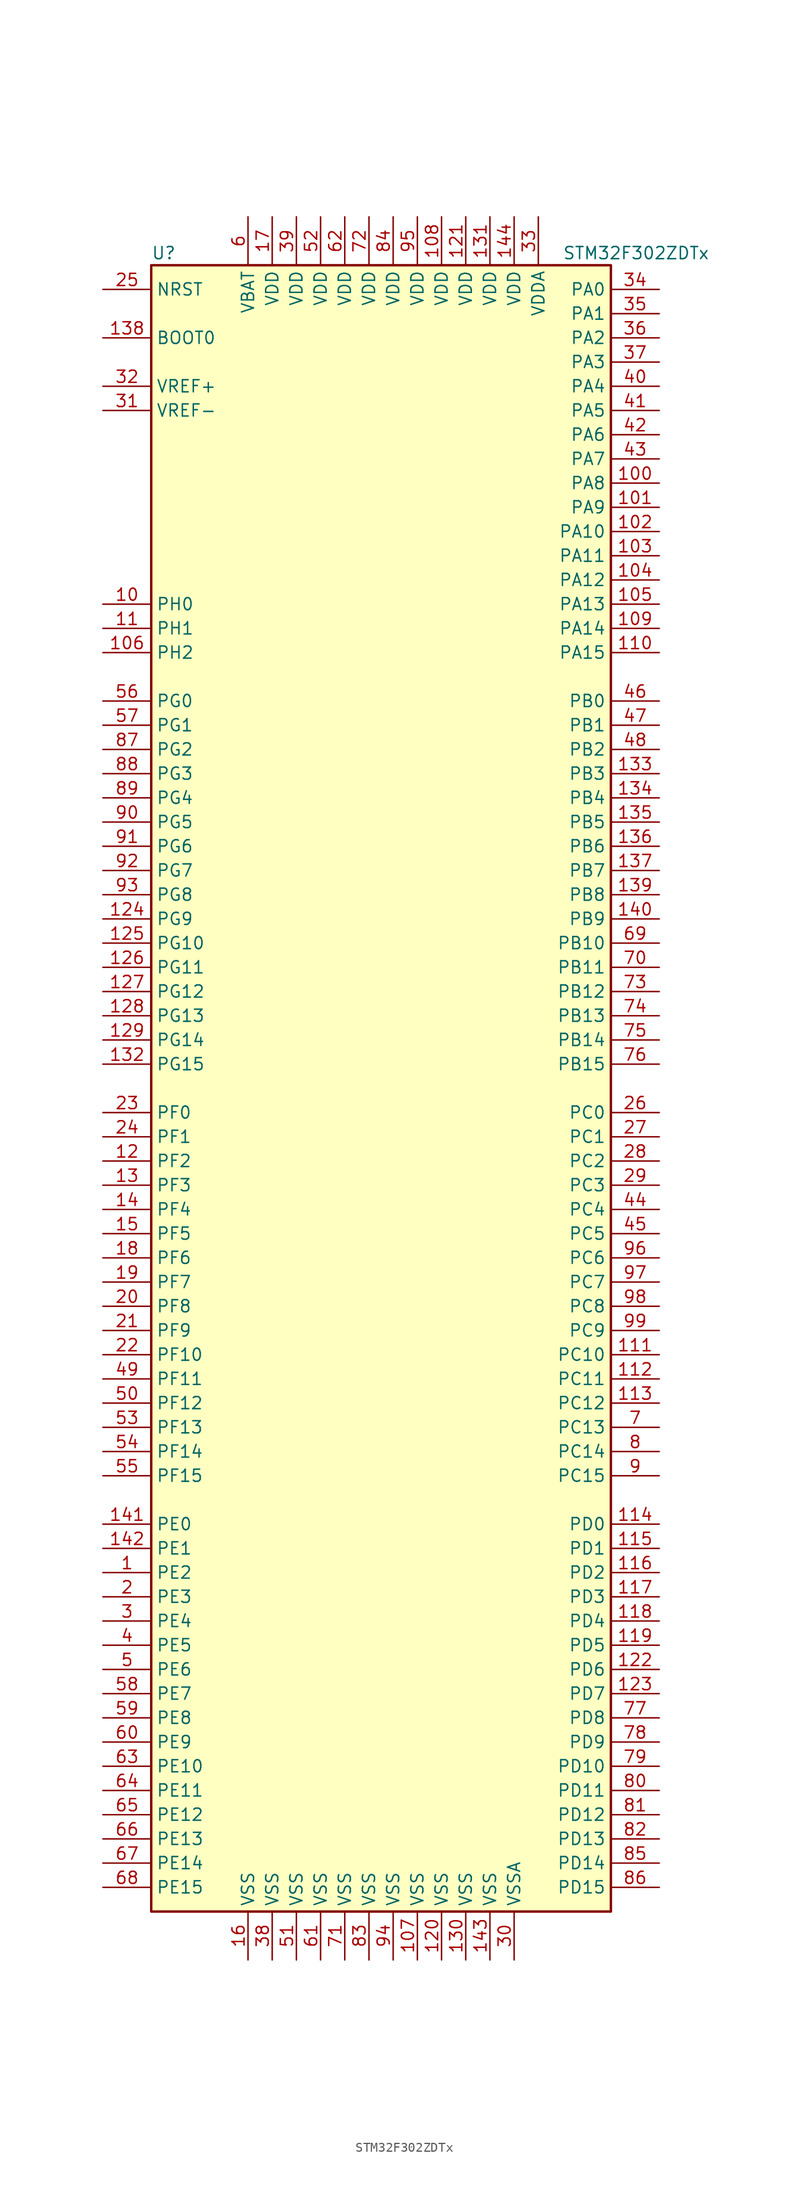
<source format=kicad_sym>
(kicad_symbol_lib
  (version 20211014)
  (generator kicad_symbol_editor)
  (symbol "STM32F302ZDTx"
    (property "Reference" "U"
      (at -25.4 87.63 0)
      (effects (font (size 1.27 1.27)) (justify left)))
    (property "Value" "STM32F302ZDTx"
      (at 17.78 87.63 0)
      (effects (font (size 1.27 1.27)) (justify left)))
    (symbol "STM32F302ZDTx_0_1"
      (rectangle (start -25.4 -86.36) (end 22.86 86.36) (stroke (width 0.254) (type default) (color 0 0 0 0)) (fill (type background))))
    (symbol "STM32F302ZDTx_1_1"
      (pin bidirectional line (at -30.48 -50.8 0) (length 5.08) (name "PE2" (effects (font (size 1.27 1.27)))) (number "1" (effects (font (size 1.27 1.27)))))
      (pin bidirectional line (at -30.48 50.8 0) (length 5.08) (name "PH0" (effects (font (size 1.27 1.27)))) (number "10" (effects (font (size 1.27 1.27)))))
      (pin bidirectional line (at 27.94 63.5 180) (length 5.08) (name "PA8" (effects (font (size 1.27 1.27)))) (number "100" (effects (font (size 1.27 1.27)))))
      (pin bidirectional line (at 27.94 60.96 180) (length 5.08) (name "PA9" (effects (font (size 1.27 1.27)))) (number "101" (effects (font (size 1.27 1.27)))))
      (pin bidirectional line (at 27.94 58.42 180) (length 5.08) (name "PA10" (effects (font (size 1.27 1.27)))) (number "102" (effects (font (size 1.27 1.27)))))
      (pin bidirectional line (at 27.94 55.88 180) (length 5.08) (name "PA11" (effects (font (size 1.27 1.27)))) (number "103" (effects (font (size 1.27 1.27)))))
      (pin bidirectional line (at 27.94 53.34 180) (length 5.08) (name "PA12" (effects (font (size 1.27 1.27)))) (number "104" (effects (font (size 1.27 1.27)))))
      (pin bidirectional line (at 27.94 50.8 180) (length 5.08) (name "PA13" (effects (font (size 1.27 1.27)))) (number "105" (effects (font (size 1.27 1.27)))))
      (pin bidirectional line (at -30.48 45.72 0) (length 5.08) (name "PH2" (effects (font (size 1.27 1.27)))) (number "106" (effects (font (size 1.27 1.27)))))
      (pin power_in line (at 2.54 -91.44 90) (length 5.08) (name "VSS" (effects (font (size 1.27 1.27)))) (number "107" (effects (font (size 1.27 1.27)))))
      (pin power_in line (at 5.08 91.44 270) (length 5.08) (name "VDD" (effects (font (size 1.27 1.27)))) (number "108" (effects (font (size 1.27 1.27)))))
      (pin bidirectional line (at 27.94 48.26 180) (length 5.08) (name "PA14" (effects (font (size 1.27 1.27)))) (number "109" (effects (font (size 1.27 1.27)))))
      (pin bidirectional line (at -30.48 48.26 0) (length 5.08) (name "PH1" (effects (font (size 1.27 1.27)))) (number "11" (effects (font (size 1.27 1.27)))))
      (pin bidirectional line (at 27.94 45.72 180) (length 5.08) (name "PA15" (effects (font (size 1.27 1.27)))) (number "110" (effects (font (size 1.27 1.27)))))
      (pin bidirectional line (at 27.94 -27.94 180) (length 5.08) (name "PC10" (effects (font (size 1.27 1.27)))) (number "111" (effects (font (size 1.27 1.27)))))
      (pin bidirectional line (at 27.94 -30.48 180) (length 5.08) (name "PC11" (effects (font (size 1.27 1.27)))) (number "112" (effects (font (size 1.27 1.27)))))
      (pin bidirectional line (at 27.94 -33.02 180) (length 5.08) (name "PC12" (effects (font (size 1.27 1.27)))) (number "113" (effects (font (size 1.27 1.27)))))
      (pin bidirectional line (at 27.94 -45.72 180) (length 5.08) (name "PD0" (effects (font (size 1.27 1.27)))) (number "114" (effects (font (size 1.27 1.27)))))
      (pin bidirectional line (at 27.94 -48.26 180) (length 5.08) (name "PD1" (effects (font (size 1.27 1.27)))) (number "115" (effects (font (size 1.27 1.27)))))
      (pin bidirectional line (at 27.94 -50.8 180) (length 5.08) (name "PD2" (effects (font (size 1.27 1.27)))) (number "116" (effects (font (size 1.27 1.27)))))
      (pin bidirectional line (at 27.94 -53.34 180) (length 5.08) (name "PD3" (effects (font (size 1.27 1.27)))) (number "117" (effects (font (size 1.27 1.27)))))
      (pin bidirectional line (at 27.94 -55.88 180) (length 5.08) (name "PD4" (effects (font (size 1.27 1.27)))) (number "118" (effects (font (size 1.27 1.27)))))
      (pin bidirectional line (at 27.94 -58.42 180) (length 5.08) (name "PD5" (effects (font (size 1.27 1.27)))) (number "119" (effects (font (size 1.27 1.27)))))
      (pin bidirectional line (at -30.48 -7.62 0) (length 5.08) (name "PF2" (effects (font (size 1.27 1.27)))) (number "12" (effects (font (size 1.27 1.27)))))
      (pin power_in line (at 5.08 -91.44 90) (length 5.08) (name "VSS" (effects (font (size 1.27 1.27)))) (number "120" (effects (font (size 1.27 1.27)))))
      (pin power_in line (at 7.62 91.44 270) (length 5.08) (name "VDD" (effects (font (size 1.27 1.27)))) (number "121" (effects (font (size 1.27 1.27)))))
      (pin bidirectional line (at 27.94 -60.96 180) (length 5.08) (name "PD6" (effects (font (size 1.27 1.27)))) (number "122" (effects (font (size 1.27 1.27)))))
      (pin bidirectional line (at 27.94 -63.5 180) (length 5.08) (name "PD7" (effects (font (size 1.27 1.27)))) (number "123" (effects (font (size 1.27 1.27)))))
      (pin bidirectional line (at -30.48 17.78 0) (length 5.08) (name "PG9" (effects (font (size 1.27 1.27)))) (number "124" (effects (font (size 1.27 1.27)))))
      (pin bidirectional line (at -30.48 15.24 0) (length 5.08) (name "PG10" (effects (font (size 1.27 1.27)))) (number "125" (effects (font (size 1.27 1.27)))))
      (pin bidirectional line (at -30.48 12.7 0) (length 5.08) (name "PG11" (effects (font (size 1.27 1.27)))) (number "126" (effects (font (size 1.27 1.27)))))
      (pin bidirectional line (at -30.48 10.16 0) (length 5.08) (name "PG12" (effects (font (size 1.27 1.27)))) (number "127" (effects (font (size 1.27 1.27)))))
      (pin bidirectional line (at -30.48 7.62 0) (length 5.08) (name "PG13" (effects (font (size 1.27 1.27)))) (number "128" (effects (font (size 1.27 1.27)))))
      (pin bidirectional line (at -30.48 5.08 0) (length 5.08) (name "PG14" (effects (font (size 1.27 1.27)))) (number "129" (effects (font (size 1.27 1.27)))))
      (pin bidirectional line (at -30.48 -10.16 0) (length 5.08) (name "PF3" (effects (font (size 1.27 1.27)))) (number "13" (effects (font (size 1.27 1.27)))))
      (pin power_in line (at 7.62 -91.44 90) (length 5.08) (name "VSS" (effects (font (size 1.27 1.27)))) (number "130" (effects (font (size 1.27 1.27)))))
      (pin power_in line (at 10.16 91.44 270) (length 5.08) (name "VDD" (effects (font (size 1.27 1.27)))) (number "131" (effects (font (size 1.27 1.27)))))
      (pin bidirectional line (at -30.48 2.54 0) (length 5.08) (name "PG15" (effects (font (size 1.27 1.27)))) (number "132" (effects (font (size 1.27 1.27)))))
      (pin bidirectional line (at 27.94 33.02 180) (length 5.08) (name "PB3" (effects (font (size 1.27 1.27)))) (number "133" (effects (font (size 1.27 1.27)))))
      (pin bidirectional line (at 27.94 30.48 180) (length 5.08) (name "PB4" (effects (font (size 1.27 1.27)))) (number "134" (effects (font (size 1.27 1.27)))))
      (pin bidirectional line (at 27.94 27.94 180) (length 5.08) (name "PB5" (effects (font (size 1.27 1.27)))) (number "135" (effects (font (size 1.27 1.27)))))
      (pin bidirectional line (at 27.94 25.4 180) (length 5.08) (name "PB6" (effects (font (size 1.27 1.27)))) (number "136" (effects (font (size 1.27 1.27)))))
      (pin bidirectional line (at 27.94 22.86 180) (length 5.08) (name "PB7" (effects (font (size 1.27 1.27)))) (number "137" (effects (font (size 1.27 1.27)))))
      (pin input line (at -30.48 78.74 0) (length 5.08) (name "BOOT0" (effects (font (size 1.27 1.27)))) (number "138" (effects (font (size 1.27 1.27)))))
      (pin bidirectional line (at 27.94 20.32 180) (length 5.08) (name "PB8" (effects (font (size 1.27 1.27)))) (number "139" (effects (font (size 1.27 1.27)))))
      (pin bidirectional line (at -30.48 -12.7 0) (length 5.08) (name "PF4" (effects (font (size 1.27 1.27)))) (number "14" (effects (font (size 1.27 1.27)))))
      (pin bidirectional line (at 27.94 17.78 180) (length 5.08) (name "PB9" (effects (font (size 1.27 1.27)))) (number "140" (effects (font (size 1.27 1.27)))))
      (pin bidirectional line (at -30.48 -45.72 0) (length 5.08) (name "PE0" (effects (font (size 1.27 1.27)))) (number "141" (effects (font (size 1.27 1.27)))))
      (pin bidirectional line (at -30.48 -48.26 0) (length 5.08) (name "PE1" (effects (font (size 1.27 1.27)))) (number "142" (effects (font (size 1.27 1.27)))))
      (pin power_in line (at 10.16 -91.44 90) (length 5.08) (name "VSS" (effects (font (size 1.27 1.27)))) (number "143" (effects (font (size 1.27 1.27)))))
      (pin power_in line (at 12.7 91.44 270) (length 5.08) (name "VDD" (effects (font (size 1.27 1.27)))) (number "144" (effects (font (size 1.27 1.27)))))
      (pin bidirectional line (at -30.48 -15.24 0) (length 5.08) (name "PF5" (effects (font (size 1.27 1.27)))) (number "15" (effects (font (size 1.27 1.27)))))
      (pin power_in line (at -15.24 -91.44 90) (length 5.08) (name "VSS" (effects (font (size 1.27 1.27)))) (number "16" (effects (font (size 1.27 1.27)))))
      (pin power_in line (at -12.7 91.44 270) (length 5.08) (name "VDD" (effects (font (size 1.27 1.27)))) (number "17" (effects (font (size 1.27 1.27)))))
      (pin bidirectional line (at -30.48 -17.78 0) (length 5.08) (name "PF6" (effects (font (size 1.27 1.27)))) (number "18" (effects (font (size 1.27 1.27)))))
      (pin bidirectional line (at -30.48 -20.32 0) (length 5.08) (name "PF7" (effects (font (size 1.27 1.27)))) (number "19" (effects (font (size 1.27 1.27)))))
      (pin bidirectional line (at -30.48 -53.34 0) (length 5.08) (name "PE3" (effects (font (size 1.27 1.27)))) (number "2" (effects (font (size 1.27 1.27)))))
      (pin bidirectional line (at -30.48 -22.86 0) (length 5.08) (name "PF8" (effects (font (size 1.27 1.27)))) (number "20" (effects (font (size 1.27 1.27)))))
      (pin bidirectional line (at -30.48 -25.4 0) (length 5.08) (name "PF9" (effects (font (size 1.27 1.27)))) (number "21" (effects (font (size 1.27 1.27)))))
      (pin bidirectional line (at -30.48 -27.94 0) (length 5.08) (name "PF10" (effects (font (size 1.27 1.27)))) (number "22" (effects (font (size 1.27 1.27)))))
      (pin input line (at -30.48 -2.54 0) (length 5.08) (name "PF0" (effects (font (size 1.27 1.27)))) (number "23" (effects (font (size 1.27 1.27)))))
      (pin input line (at -30.48 -5.08 0) (length 5.08) (name "PF1" (effects (font (size 1.27 1.27)))) (number "24" (effects (font (size 1.27 1.27)))))
      (pin input line (at -30.48 83.82 0) (length 5.08) (name "NRST" (effects (font (size 1.27 1.27)))) (number "25" (effects (font (size 1.27 1.27)))))
      (pin bidirectional line (at 27.94 -2.54 180) (length 5.08) (name "PC0" (effects (font (size 1.27 1.27)))) (number "26" (effects (font (size 1.27 1.27)))))
      (pin bidirectional line (at 27.94 -5.08 180) (length 5.08) (name "PC1" (effects (font (size 1.27 1.27)))) (number "27" (effects (font (size 1.27 1.27)))))
      (pin bidirectional line (at 27.94 -7.62 180) (length 5.08) (name "PC2" (effects (font (size 1.27 1.27)))) (number "28" (effects (font (size 1.27 1.27)))))
      (pin bidirectional line (at 27.94 -10.16 180) (length 5.08) (name "PC3" (effects (font (size 1.27 1.27)))) (number "29" (effects (font (size 1.27 1.27)))))
      (pin bidirectional line (at -30.48 -55.88 0) (length 5.08) (name "PE4" (effects (font (size 1.27 1.27)))) (number "3" (effects (font (size 1.27 1.27)))))
      (pin power_in line (at 12.7 -91.44 90) (length 5.08) (name "VSSA" (effects (font (size 1.27 1.27)))) (number "30" (effects (font (size 1.27 1.27)))))
      (pin power_in line (at -30.48 71.12 0) (length 5.08) (name "VREF-" (effects (font (size 1.27 1.27)))) (number "31" (effects (font (size 1.27 1.27)))))
      (pin power_in line (at -30.48 73.66 0) (length 5.08) (name "VREF+" (effects (font (size 1.27 1.27)))) (number "32" (effects (font (size 1.27 1.27)))))
      (pin power_in line (at 15.24 91.44 270) (length 5.08) (name "VDDA" (effects (font (size 1.27 1.27)))) (number "33" (effects (font (size 1.27 1.27)))))
      (pin bidirectional line (at 27.94 83.82 180) (length 5.08) (name "PA0" (effects (font (size 1.27 1.27)))) (number "34" (effects (font (size 1.27 1.27)))))
      (pin bidirectional line (at 27.94 81.28 180) (length 5.08) (name "PA1" (effects (font (size 1.27 1.27)))) (number "35" (effects (font (size 1.27 1.27)))))
      (pin bidirectional line (at 27.94 78.74 180) (length 5.08) (name "PA2" (effects (font (size 1.27 1.27)))) (number "36" (effects (font (size 1.27 1.27)))))
      (pin bidirectional line (at 27.94 76.2 180) (length 5.08) (name "PA3" (effects (font (size 1.27 1.27)))) (number "37" (effects (font (size 1.27 1.27)))))
      (pin power_in line (at -12.7 -91.44 90) (length 5.08) (name "VSS" (effects (font (size 1.27 1.27)))) (number "38" (effects (font (size 1.27 1.27)))))
      (pin power_in line (at -10.16 91.44 270) (length 5.08) (name "VDD" (effects (font (size 1.27 1.27)))) (number "39" (effects (font (size 1.27 1.27)))))
      (pin bidirectional line (at -30.48 -58.42 0) (length 5.08) (name "PE5" (effects (font (size 1.27 1.27)))) (number "4" (effects (font (size 1.27 1.27)))))
      (pin bidirectional line (at 27.94 73.66 180) (length 5.08) (name "PA4" (effects (font (size 1.27 1.27)))) (number "40" (effects (font (size 1.27 1.27)))))
      (pin bidirectional line (at 27.94 71.12 180) (length 5.08) (name "PA5" (effects (font (size 1.27 1.27)))) (number "41" (effects (font (size 1.27 1.27)))))
      (pin bidirectional line (at 27.94 68.58 180) (length 5.08) (name "PA6" (effects (font (size 1.27 1.27)))) (number "42" (effects (font (size 1.27 1.27)))))
      (pin bidirectional line (at 27.94 66.04 180) (length 5.08) (name "PA7" (effects (font (size 1.27 1.27)))) (number "43" (effects (font (size 1.27 1.27)))))
      (pin bidirectional line (at 27.94 -12.7 180) (length 5.08) (name "PC4" (effects (font (size 1.27 1.27)))) (number "44" (effects (font (size 1.27 1.27)))))
      (pin bidirectional line (at 27.94 -15.24 180) (length 5.08) (name "PC5" (effects (font (size 1.27 1.27)))) (number "45" (effects (font (size 1.27 1.27)))))
      (pin bidirectional line (at 27.94 40.64 180) (length 5.08) (name "PB0" (effects (font (size 1.27 1.27)))) (number "46" (effects (font (size 1.27 1.27)))))
      (pin bidirectional line (at 27.94 38.1 180) (length 5.08) (name "PB1" (effects (font (size 1.27 1.27)))) (number "47" (effects (font (size 1.27 1.27)))))
      (pin bidirectional line (at 27.94 35.56 180) (length 5.08) (name "PB2" (effects (font (size 1.27 1.27)))) (number "48" (effects (font (size 1.27 1.27)))))
      (pin bidirectional line (at -30.48 -30.48 0) (length 5.08) (name "PF11" (effects (font (size 1.27 1.27)))) (number "49" (effects (font (size 1.27 1.27)))))
      (pin bidirectional line (at -30.48 -60.96 0) (length 5.08) (name "PE6" (effects (font (size 1.27 1.27)))) (number "5" (effects (font (size 1.27 1.27)))))
      (pin bidirectional line (at -30.48 -33.02 0) (length 5.08) (name "PF12" (effects (font (size 1.27 1.27)))) (number "50" (effects (font (size 1.27 1.27)))))
      (pin power_in line (at -10.16 -91.44 90) (length 5.08) (name "VSS" (effects (font (size 1.27 1.27)))) (number "51" (effects (font (size 1.27 1.27)))))
      (pin power_in line (at -7.62 91.44 270) (length 5.08) (name "VDD" (effects (font (size 1.27 1.27)))) (number "52" (effects (font (size 1.27 1.27)))))
      (pin bidirectional line (at -30.48 -35.56 0) (length 5.08) (name "PF13" (effects (font (size 1.27 1.27)))) (number "53" (effects (font (size 1.27 1.27)))))
      (pin bidirectional line (at -30.48 -38.1 0) (length 5.08) (name "PF14" (effects (font (size 1.27 1.27)))) (number "54" (effects (font (size 1.27 1.27)))))
      (pin bidirectional line (at -30.48 -40.64 0) (length 5.08) (name "PF15" (effects (font (size 1.27 1.27)))) (number "55" (effects (font (size 1.27 1.27)))))
      (pin bidirectional line (at -30.48 40.64 0) (length 5.08) (name "PG0" (effects (font (size 1.27 1.27)))) (number "56" (effects (font (size 1.27 1.27)))))
      (pin bidirectional line (at -30.48 38.1 0) (length 5.08) (name "PG1" (effects (font (size 1.27 1.27)))) (number "57" (effects (font (size 1.27 1.27)))))
      (pin bidirectional line (at -30.48 -63.5 0) (length 5.08) (name "PE7" (effects (font (size 1.27 1.27)))) (number "58" (effects (font (size 1.27 1.27)))))
      (pin bidirectional line (at -30.48 -66.04 0) (length 5.08) (name "PE8" (effects (font (size 1.27 1.27)))) (number "59" (effects (font (size 1.27 1.27)))))
      (pin power_in line (at -15.24 91.44 270) (length 5.08) (name "VBAT" (effects (font (size 1.27 1.27)))) (number "6" (effects (font (size 1.27 1.27)))))
      (pin bidirectional line (at -30.48 -68.58 0) (length 5.08) (name "PE9" (effects (font (size 1.27 1.27)))) (number "60" (effects (font (size 1.27 1.27)))))
      (pin power_in line (at -7.62 -91.44 90) (length 5.08) (name "VSS" (effects (font (size 1.27 1.27)))) (number "61" (effects (font (size 1.27 1.27)))))
      (pin power_in line (at -5.08 91.44 270) (length 5.08) (name "VDD" (effects (font (size 1.27 1.27)))) (number "62" (effects (font (size 1.27 1.27)))))
      (pin bidirectional line (at -30.48 -71.12 0) (length 5.08) (name "PE10" (effects (font (size 1.27 1.27)))) (number "63" (effects (font (size 1.27 1.27)))))
      (pin bidirectional line (at -30.48 -73.66 0) (length 5.08) (name "PE11" (effects (font (size 1.27 1.27)))) (number "64" (effects (font (size 1.27 1.27)))))
      (pin bidirectional line (at -30.48 -76.2 0) (length 5.08) (name "PE12" (effects (font (size 1.27 1.27)))) (number "65" (effects (font (size 1.27 1.27)))))
      (pin bidirectional line (at -30.48 -78.74 0) (length 5.08) (name "PE13" (effects (font (size 1.27 1.27)))) (number "66" (effects (font (size 1.27 1.27)))))
      (pin bidirectional line (at -30.48 -81.28 0) (length 5.08) (name "PE14" (effects (font (size 1.27 1.27)))) (number "67" (effects (font (size 1.27 1.27)))))
      (pin bidirectional line (at -30.48 -83.82 0) (length 5.08) (name "PE15" (effects (font (size 1.27 1.27)))) (number "68" (effects (font (size 1.27 1.27)))))
      (pin bidirectional line (at 27.94 15.24 180) (length 5.08) (name "PB10" (effects (font (size 1.27 1.27)))) (number "69" (effects (font (size 1.27 1.27)))))
      (pin bidirectional line (at 27.94 -35.56 180) (length 5.08) (name "PC13" (effects (font (size 1.27 1.27)))) (number "7" (effects (font (size 1.27 1.27)))))
      (pin bidirectional line (at 27.94 12.7 180) (length 5.08) (name "PB11" (effects (font (size 1.27 1.27)))) (number "70" (effects (font (size 1.27 1.27)))))
      (pin power_in line (at -5.08 -91.44 90) (length 5.08) (name "VSS" (effects (font (size 1.27 1.27)))) (number "71" (effects (font (size 1.27 1.27)))))
      (pin power_in line (at -2.54 91.44 270) (length 5.08) (name "VDD" (effects (font (size 1.27 1.27)))) (number "72" (effects (font (size 1.27 1.27)))))
      (pin bidirectional line (at 27.94 10.16 180) (length 5.08) (name "PB12" (effects (font (size 1.27 1.27)))) (number "73" (effects (font (size 1.27 1.27)))))
      (pin bidirectional line (at 27.94 7.62 180) (length 5.08) (name "PB13" (effects (font (size 1.27 1.27)))) (number "74" (effects (font (size 1.27 1.27)))))
      (pin bidirectional line (at 27.94 5.08 180) (length 5.08) (name "PB14" (effects (font (size 1.27 1.27)))) (number "75" (effects (font (size 1.27 1.27)))))
      (pin bidirectional line (at 27.94 2.54 180) (length 5.08) (name "PB15" (effects (font (size 1.27 1.27)))) (number "76" (effects (font (size 1.27 1.27)))))
      (pin bidirectional line (at 27.94 -66.04 180) (length 5.08) (name "PD8" (effects (font (size 1.27 1.27)))) (number "77" (effects (font (size 1.27 1.27)))))
      (pin bidirectional line (at 27.94 -68.58 180) (length 5.08) (name "PD9" (effects (font (size 1.27 1.27)))) (number "78" (effects (font (size 1.27 1.27)))))
      (pin bidirectional line (at 27.94 -71.12 180) (length 5.08) (name "PD10" (effects (font (size 1.27 1.27)))) (number "79" (effects (font (size 1.27 1.27)))))
      (pin bidirectional line (at 27.94 -38.1 180) (length 5.08) (name "PC14" (effects (font (size 1.27 1.27)))) (number "8" (effects (font (size 1.27 1.27)))))
      (pin bidirectional line (at 27.94 -73.66 180) (length 5.08) (name "PD11" (effects (font (size 1.27 1.27)))) (number "80" (effects (font (size 1.27 1.27)))))
      (pin bidirectional line (at 27.94 -76.2 180) (length 5.08) (name "PD12" (effects (font (size 1.27 1.27)))) (number "81" (effects (font (size 1.27 1.27)))))
      (pin bidirectional line (at 27.94 -78.74 180) (length 5.08) (name "PD13" (effects (font (size 1.27 1.27)))) (number "82" (effects (font (size 1.27 1.27)))))
      (pin power_in line (at -2.54 -91.44 90) (length 5.08) (name "VSS" (effects (font (size 1.27 1.27)))) (number "83" (effects (font (size 1.27 1.27)))))
      (pin power_in line (at 0 91.44 270) (length 5.08) (name "VDD" (effects (font (size 1.27 1.27)))) (number "84" (effects (font (size 1.27 1.27)))))
      (pin bidirectional line (at 27.94 -81.28 180) (length 5.08) (name "PD14" (effects (font (size 1.27 1.27)))) (number "85" (effects (font (size 1.27 1.27)))))
      (pin bidirectional line (at 27.94 -83.82 180) (length 5.08) (name "PD15" (effects (font (size 1.27 1.27)))) (number "86" (effects (font (size 1.27 1.27)))))
      (pin bidirectional line (at -30.48 35.56 0) (length 5.08) (name "PG2" (effects (font (size 1.27 1.27)))) (number "87" (effects (font (size 1.27 1.27)))))
      (pin bidirectional line (at -30.48 33.02 0) (length 5.08) (name "PG3" (effects (font (size 1.27 1.27)))) (number "88" (effects (font (size 1.27 1.27)))))
      (pin bidirectional line (at -30.48 30.48 0) (length 5.08) (name "PG4" (effects (font (size 1.27 1.27)))) (number "89" (effects (font (size 1.27 1.27)))))
      (pin bidirectional line (at 27.94 -40.64 180) (length 5.08) (name "PC15" (effects (font (size 1.27 1.27)))) (number "9" (effects (font (size 1.27 1.27)))))
      (pin bidirectional line (at -30.48 27.94 0) (length 5.08) (name "PG5" (effects (font (size 1.27 1.27)))) (number "90" (effects (font (size 1.27 1.27)))))
      (pin bidirectional line (at -30.48 25.4 0) (length 5.08) (name "PG6" (effects (font (size 1.27 1.27)))) (number "91" (effects (font (size 1.27 1.27)))))
      (pin bidirectional line (at -30.48 22.86 0) (length 5.08) (name "PG7" (effects (font (size 1.27 1.27)))) (number "92" (effects (font (size 1.27 1.27)))))
      (pin bidirectional line (at -30.48 20.32 0) (length 5.08) (name "PG8" (effects (font (size 1.27 1.27)))) (number "93" (effects (font (size 1.27 1.27)))))
      (pin power_in line (at 0 -91.44 90) (length 5.08) (name "VSS" (effects (font (size 1.27 1.27)))) (number "94" (effects (font (size 1.27 1.27)))))
      (pin power_in line (at 2.54 91.44 270) (length 5.08) (name "VDD" (effects (font (size 1.27 1.27)))) (number "95" (effects (font (size 1.27 1.27)))))
      (pin bidirectional line (at 27.94 -17.78 180) (length 5.08) (name "PC6" (effects (font (size 1.27 1.27)))) (number "96" (effects (font (size 1.27 1.27)))))
      (pin bidirectional line (at 27.94 -20.32 180) (length 5.08) (name "PC7" (effects (font (size 1.27 1.27)))) (number "97" (effects (font (size 1.27 1.27)))))
      (pin bidirectional line (at 27.94 -22.86 180) (length 5.08) (name "PC8" (effects (font (size 1.27 1.27)))) (number "98" (effects (font (size 1.27 1.27)))))
      (pin bidirectional line (at 27.94 -25.4 180) (length 5.08) (name "PC9" (effects (font (size 1.27 1.27)))) (number "99" (effects (font (size 1.27 1.27))))))))
</source>
